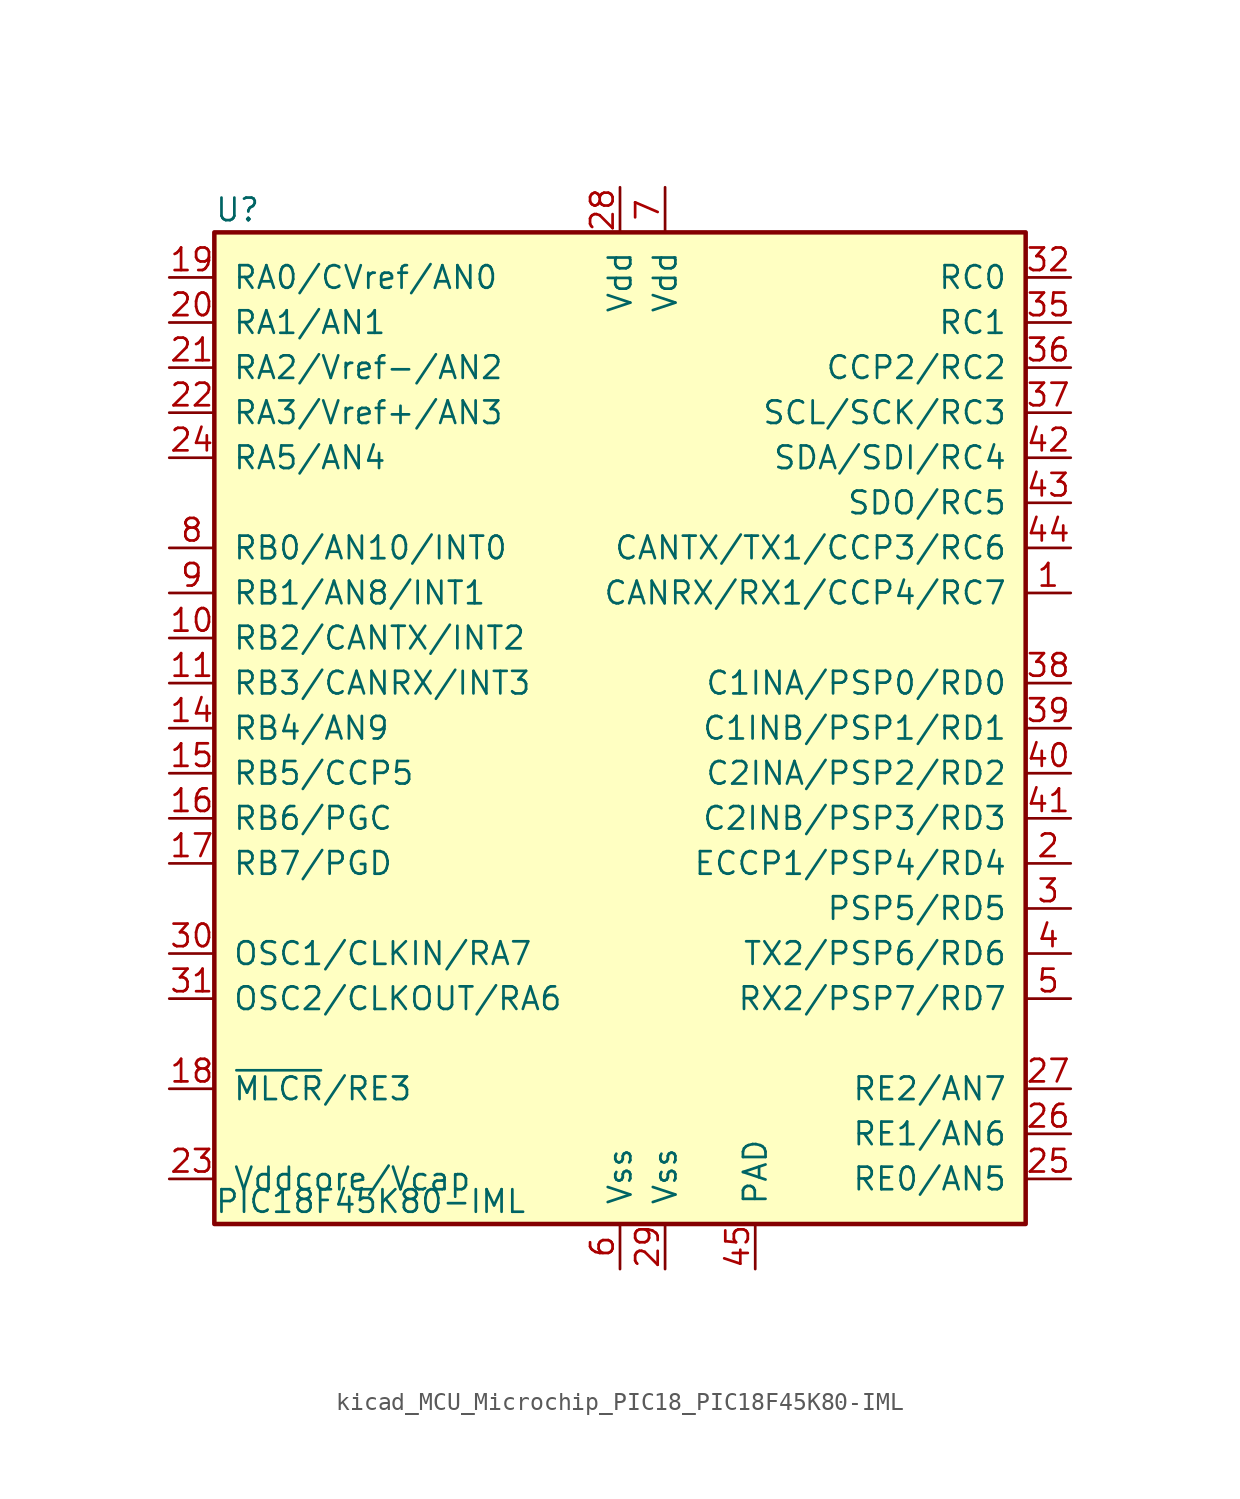
<source format=kicad_sym>
(kicad_symbol_lib
  (version 20220914)
  (generator kicad_symbol_editor)
  (symbol "kicad_MCU_Microchip_PIC18_PIC18F45K80-IML"
    (pin_names
      (offset 1.016))
    (property "Reference" "U"
      (at -22.86 29.21 0)
      (effects (font (size 1.27 1.27)) (justify left)))
    (property "Value" "PIC18F45K80-IML"
      (at -22.86 -26.67 0)
      (effects (font (size 1.27 1.27)) (justify left)))
    (symbol "kicad_MCU_Microchip_PIC18_PIC18F45K80-IML_0_1"
      (rectangle (start -22.86 27.94) (end 22.86 -27.94) (stroke (width 0.254) (type default)) (fill (type background))))
    (symbol "kicad_MCU_Microchip_PIC18_PIC18F45K80-IML_1_1"
      (pin bidirectional line (at 25.4 7.62 180) (length 2.54) (name "CANRX/RX1/CCP4/RC7" (effects (font (size 1.27 1.27)))) (number "1" (effects (font (size 1.27 1.27)))))
      (pin bidirectional line (at -25.4 5.08 0) (length 2.54) (name "RB2/CANTX/INT2" (effects (font (size 1.27 1.27)))) (number "10" (effects (font (size 1.27 1.27)))))
      (pin bidirectional line (at -25.4 2.54 0) (length 2.54) (name "RB3/CANRX/INT3" (effects (font (size 1.27 1.27)))) (number "11" (effects (font (size 1.27 1.27)))))
      (pin no_connect line (at -10.16 -27.94 90) (length 2.54) hide (name "NC" (effects (font (size 1.27 1.27)))) (number "12" (effects (font (size 1.27 1.27)))))
      (pin no_connect line (at -7.62 -27.94 90) (length 2.54) hide (name "NC" (effects (font (size 1.27 1.27)))) (number "13" (effects (font (size 1.27 1.27)))))
      (pin bidirectional line (at -25.4 0 0) (length 2.54) (name "RB4/AN9" (effects (font (size 1.27 1.27)))) (number "14" (effects (font (size 1.27 1.27)))))
      (pin bidirectional line (at -25.4 -2.54 0) (length 2.54) (name "RB5/CCP5" (effects (font (size 1.27 1.27)))) (number "15" (effects (font (size 1.27 1.27)))))
      (pin bidirectional line (at -25.4 -5.08 0) (length 2.54) (name "RB6/PGC" (effects (font (size 1.27 1.27)))) (number "16" (effects (font (size 1.27 1.27)))))
      (pin bidirectional line (at -25.4 -7.62 0) (length 2.54) (name "RB7/PGD" (effects (font (size 1.27 1.27)))) (number "17" (effects (font (size 1.27 1.27)))))
      (pin bidirectional line (at -25.4 -20.32 0) (length 2.54) (name "~{MLCR}/RE3" (effects (font (size 1.27 1.27)))) (number "18" (effects (font (size 1.27 1.27)))))
      (pin bidirectional line (at -25.4 25.4 0) (length 2.54) (name "RA0/CVref/AN0" (effects (font (size 1.27 1.27)))) (number "19" (effects (font (size 1.27 1.27)))))
      (pin bidirectional line (at 25.4 -7.62 180) (length 2.54) (name "ECCP1/PSP4/RD4" (effects (font (size 1.27 1.27)))) (number "2" (effects (font (size 1.27 1.27)))))
      (pin bidirectional line (at -25.4 22.86 0) (length 2.54) (name "RA1/AN1" (effects (font (size 1.27 1.27)))) (number "20" (effects (font (size 1.27 1.27)))))
      (pin bidirectional line (at -25.4 20.32 0) (length 2.54) (name "RA2/Vref-/AN2" (effects (font (size 1.27 1.27)))) (number "21" (effects (font (size 1.27 1.27)))))
      (pin bidirectional line (at -25.4 17.78 0) (length 2.54) (name "RA3/Vref+/AN3" (effects (font (size 1.27 1.27)))) (number "22" (effects (font (size 1.27 1.27)))))
      (pin power_in line (at -25.4 -25.4 0) (length 2.54) (name "Vddcore/Vcap" (effects (font (size 1.27 1.27)))) (number "23" (effects (font (size 1.27 1.27)))))
      (pin bidirectional line (at -25.4 15.24 0) (length 2.54) (name "RA5/AN4" (effects (font (size 1.27 1.27)))) (number "24" (effects (font (size 1.27 1.27)))))
      (pin bidirectional line (at 25.4 -25.4 180) (length 2.54) (name "RE0/AN5" (effects (font (size 1.27 1.27)))) (number "25" (effects (font (size 1.27 1.27)))))
      (pin bidirectional line (at 25.4 -22.86 180) (length 2.54) (name "RE1/AN6" (effects (font (size 1.27 1.27)))) (number "26" (effects (font (size 1.27 1.27)))))
      (pin bidirectional line (at 25.4 -20.32 180) (length 2.54) (name "RE2/AN7" (effects (font (size 1.27 1.27)))) (number "27" (effects (font (size 1.27 1.27)))))
      (pin power_in line (at 0 30.48 270) (length 2.54) (name "Vdd" (effects (font (size 1.27 1.27)))) (number "28" (effects (font (size 1.27 1.27)))))
      (pin power_in line (at 2.54 -30.48 90) (length 2.54) (name "Vss" (effects (font (size 1.27 1.27)))) (number "29" (effects (font (size 1.27 1.27)))))
      (pin bidirectional line (at 25.4 -10.16 180) (length 2.54) (name "PSP5/RD5" (effects (font (size 1.27 1.27)))) (number "3" (effects (font (size 1.27 1.27)))))
      (pin input line (at -25.4 -12.7 0) (length 2.54) (name "OSC1/CLKIN/RA7" (effects (font (size 1.27 1.27)))) (number "30" (effects (font (size 1.27 1.27)))))
      (pin input line (at -25.4 -15.24 0) (length 2.54) (name "OSC2/CLKOUT/RA6" (effects (font (size 1.27 1.27)))) (number "31" (effects (font (size 1.27 1.27)))))
      (pin bidirectional line (at 25.4 25.4 180) (length 2.54) (name "RC0" (effects (font (size 1.27 1.27)))) (number "32" (effects (font (size 1.27 1.27)))))
      (pin no_connect line (at -5.08 -27.94 90) (length 2.54) hide (name "NC" (effects (font (size 1.27 1.27)))) (number "33" (effects (font (size 1.27 1.27)))))
      (pin no_connect line (at -2.54 -27.94 90) (length 2.54) hide (name "NC" (effects (font (size 1.27 1.27)))) (number "34" (effects (font (size 1.27 1.27)))))
      (pin bidirectional line (at 25.4 22.86 180) (length 2.54) (name "RC1" (effects (font (size 1.27 1.27)))) (number "35" (effects (font (size 1.27 1.27)))))
      (pin bidirectional line (at 25.4 20.32 180) (length 2.54) (name "CCP2/RC2" (effects (font (size 1.27 1.27)))) (number "36" (effects (font (size 1.27 1.27)))))
      (pin bidirectional line (at 25.4 17.78 180) (length 2.54) (name "SCL/SCK/RC3" (effects (font (size 1.27 1.27)))) (number "37" (effects (font (size 1.27 1.27)))))
      (pin bidirectional line (at 25.4 2.54 180) (length 2.54) (name "C1INA/PSP0/RD0" (effects (font (size 1.27 1.27)))) (number "38" (effects (font (size 1.27 1.27)))))
      (pin bidirectional line (at 25.4 0 180) (length 2.54) (name "C1INB/PSP1/RD1" (effects (font (size 1.27 1.27)))) (number "39" (effects (font (size 1.27 1.27)))))
      (pin bidirectional line (at 25.4 -12.7 180) (length 2.54) (name "TX2/PSP6/RD6" (effects (font (size 1.27 1.27)))) (number "4" (effects (font (size 1.27 1.27)))))
      (pin bidirectional line (at 25.4 -2.54 180) (length 2.54) (name "C2INA/PSP2/RD2" (effects (font (size 1.27 1.27)))) (number "40" (effects (font (size 1.27 1.27)))))
      (pin bidirectional line (at 25.4 -5.08 180) (length 2.54) (name "C2INB/PSP3/RD3" (effects (font (size 1.27 1.27)))) (number "41" (effects (font (size 1.27 1.27)))))
      (pin bidirectional line (at 25.4 15.24 180) (length 2.54) (name "SDA/SDI/RC4" (effects (font (size 1.27 1.27)))) (number "42" (effects (font (size 1.27 1.27)))))
      (pin bidirectional line (at 25.4 12.7 180) (length 2.54) (name "SDO/RC5" (effects (font (size 1.27 1.27)))) (number "43" (effects (font (size 1.27 1.27)))))
      (pin bidirectional line (at 25.4 10.16 180) (length 2.54) (name "CANTX/TX1/CCP3/RC6" (effects (font (size 1.27 1.27)))) (number "44" (effects (font (size 1.27 1.27)))))
      (pin power_in line (at 7.62 -30.48 90) (length 2.54) (name "PAD" (effects (font (size 1.27 1.27)))) (number "45" (effects (font (size 1.27 1.27)))))
      (pin bidirectional line (at 25.4 -15.24 180) (length 2.54) (name "RX2/PSP7/RD7" (effects (font (size 1.27 1.27)))) (number "5" (effects (font (size 1.27 1.27)))))
      (pin power_in line (at 0 -30.48 90) (length 2.54) (name "Vss" (effects (font (size 1.27 1.27)))) (number "6" (effects (font (size 1.27 1.27)))))
      (pin power_in line (at 2.54 30.48 270) (length 2.54) (name "Vdd" (effects (font (size 1.27 1.27)))) (number "7" (effects (font (size 1.27 1.27)))))
      (pin bidirectional line (at -25.4 10.16 0) (length 2.54) (name "RB0/AN10/INT0" (effects (font (size 1.27 1.27)))) (number "8" (effects (font (size 1.27 1.27)))))
      (pin bidirectional line (at -25.4 7.62 0) (length 2.54) (name "RB1/AN8/INT1" (effects (font (size 1.27 1.27)))) (number "9" (effects (font (size 1.27 1.27))))))))
</source>
